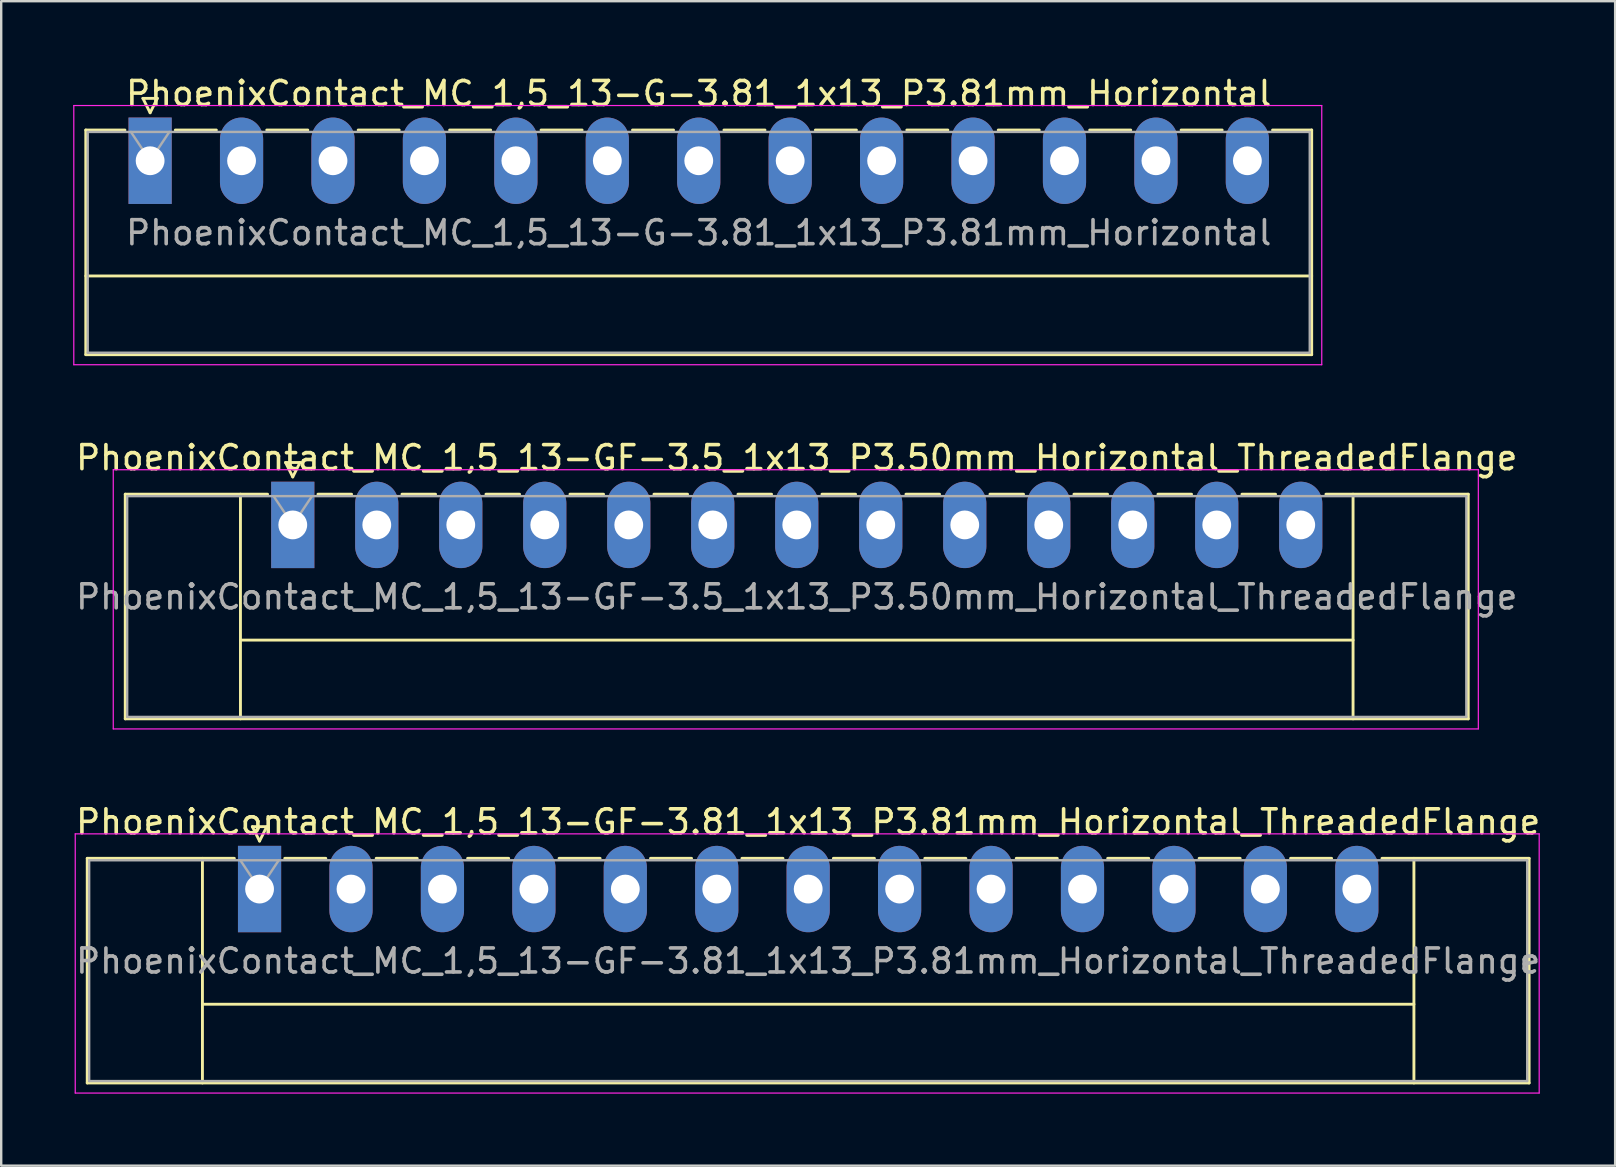
<source format=kicad_pcb>
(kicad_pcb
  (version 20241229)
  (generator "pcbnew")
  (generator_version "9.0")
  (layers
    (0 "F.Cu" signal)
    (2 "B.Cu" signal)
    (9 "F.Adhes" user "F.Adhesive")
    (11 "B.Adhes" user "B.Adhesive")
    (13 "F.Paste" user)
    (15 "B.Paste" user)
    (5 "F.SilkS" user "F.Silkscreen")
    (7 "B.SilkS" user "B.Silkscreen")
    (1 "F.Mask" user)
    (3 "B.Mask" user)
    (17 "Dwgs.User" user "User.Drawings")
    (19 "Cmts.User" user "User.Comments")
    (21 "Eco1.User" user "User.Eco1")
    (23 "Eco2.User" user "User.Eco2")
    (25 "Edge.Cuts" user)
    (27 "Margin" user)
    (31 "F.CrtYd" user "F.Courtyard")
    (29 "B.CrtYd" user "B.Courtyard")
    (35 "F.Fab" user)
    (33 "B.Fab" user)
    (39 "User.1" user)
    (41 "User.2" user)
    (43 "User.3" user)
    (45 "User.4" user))
  (footprint "PhoenixContact_MC_1,5_13-GF-3.5_1x13_P3.50mm_Horizontal_ThreadedFlange"
    (layer "F.Cu")
    (at 9.149 18.822)
    (property "Reference" "PhoenixContact_MC_1,5_13-GF-3.5_1x13_P3.50mm_Horizontal_ThreadedFlange" (at 21 -2.8 0) (layer "F.SilkS") (effects (font (size 1 1) (thickness 0.15))))
    (attr through_hole)
    (fp_line (start -6.98 -1.28) (end -6.98 8.08) (stroke (width 0.12) (type solid)) (layer "F.SilkS"))
    (fp_line (start -6.98 -1.28) (end -1.05 -1.28) (stroke (width 0.12) (type solid)) (layer "F.SilkS"))
    (fp_line (start -6.98 8.08) (end 48.98 8.08) (stroke (width 0.12) (type solid)) (layer "F.SilkS"))
    (fp_line (start -2.18 -1.28) (end -2.18 8.08) (stroke (width 0.12) (type solid)) (layer "F.SilkS"))
    (fp_line (start -2.18 4.8) (end 44.18 4.8) (stroke (width 0.12) (type solid)) (layer "F.SilkS"))
    (fp_line (start -0.3 -2.6) (end 0.3 -2.6) (stroke (width 0.12) (type solid)) (layer "F.SilkS"))
    (fp_line (start 0 -2) (end -0.3 -2.6) (stroke (width 0.12) (type solid)) (layer "F.SilkS"))
    (fp_line (start 0.3 -2.6) (end 0 -2) (stroke (width 0.12) (type solid)) (layer "F.SilkS"))
    (fp_line (start 1.05 -1.28) (end 2.45 -1.28) (stroke (width 0.12) (type solid)) (layer "F.SilkS"))
    (fp_line (start 4.55 -1.28) (end 5.95 -1.28) (stroke (width 0.12) (type solid)) (layer "F.SilkS"))
    (fp_line (start 8.05 -1.28) (end 9.45 -1.28) (stroke (width 0.12) (type solid)) (layer "F.SilkS"))
    (fp_line (start 11.55 -1.28) (end 12.95 -1.28) (stroke (width 0.12) (type solid)) (layer "F.SilkS"))
    (fp_line (start 15.05 -1.28) (end 16.45 -1.28) (stroke (width 0.12) (type solid)) (layer "F.SilkS"))
    (fp_line (start 18.55 -1.28) (end 19.95 -1.28) (stroke (width 0.12) (type solid)) (layer "F.SilkS"))
    (fp_line (start 22.05 -1.28) (end 23.45 -1.28) (stroke (width 0.12) (type solid)) (layer "F.SilkS"))
    (fp_line (start 25.55 -1.28) (end 26.95 -1.28) (stroke (width 0.12) (type solid)) (layer "F.SilkS"))
    (fp_line (start 29.05 -1.28) (end 30.45 -1.28) (stroke (width 0.12) (type solid)) (layer "F.SilkS"))
    (fp_line (start 32.55 -1.28) (end 33.95 -1.28) (stroke (width 0.12) (type solid)) (layer "F.SilkS"))
    (fp_line (start 36.05 -1.28) (end 37.45 -1.28) (stroke (width 0.12) (type solid)) (layer "F.SilkS"))
    (fp_line (start 39.55 -1.28) (end 40.95 -1.28) (stroke (width 0.12) (type solid)) (layer "F.SilkS"))
    (fp_line (start 44.18 -1.28) (end 44.18 8.08) (stroke (width 0.12) (type solid)) (layer "F.SilkS"))
    (fp_line (start 48.98 -1.28) (end 43.05 -1.28) (stroke (width 0.12) (type solid)) (layer "F.SilkS"))
    (fp_line (start 48.98 8.08) (end 48.98 -1.28) (stroke (width 0.12) (type solid)) (layer "F.SilkS"))
    (fp_line (start -7.48 -2.3) (end -7.48 8.5) (stroke (width 0.05) (type solid)) (layer "F.CrtYd"))
    (fp_line (start -7.48 8.5) (end 49.4 8.5) (stroke (width 0.05) (type solid)) (layer "F.CrtYd"))
    (fp_line (start 49.4 -2.3) (end -7.48 -2.3) (stroke (width 0.05) (type solid)) (layer "F.CrtYd"))
    (fp_line (start 49.4 8.5) (end 49.4 -2.3) (stroke (width 0.05) (type solid)) (layer "F.CrtYd"))
    (fp_line (start -6.9 -1.2) (end -6.9 8) (stroke (width 0.1) (type solid)) (layer "F.Fab"))
    (fp_line (start -6.9 8) (end 48.9 8) (stroke (width 0.1) (type solid)) (layer "F.Fab"))
    (fp_line (start 0 0) (end -0.8 -1.2) (stroke (width 0.1) (type solid)) (layer "F.Fab"))
    (fp_line (start 0.8 -1.2) (end 0 0) (stroke (width 0.1) (type solid)) (layer "F.Fab"))
    (fp_line (start 48.9 -1.2) (end -6.9 -1.2) (stroke (width 0.1) (type solid)) (layer "F.Fab"))
    (fp_line (start 48.9 8) (end 48.9 -1.2) (stroke (width 0.1) (type solid)) (layer "F.Fab"))
    (fp_text user "${REFERENCE}" (at 21 3 0) (layer "F.Fab") (effects (font (size 1 1) (thickness 0.15))))
    (pad "1" thru_hole rect (at 0 0) (size 1.8 3.6) (drill 1.2) (layers "*.Cu" "*.Mask"))
    (pad "2" thru_hole oval (at 3.5 0) (size 1.8 3.6) (drill 1.2) (layers "*.Cu" "*.Mask"))
    (pad "3" thru_hole oval (at 7 0) (size 1.8 3.6) (drill 1.2) (layers "*.Cu" "*.Mask"))
    (pad "4" thru_hole oval (at 10.5 0) (size 1.8 3.6) (drill 1.2) (layers "*.Cu" "*.Mask"))
    (pad "5" thru_hole oval (at 14 0) (size 1.8 3.6) (drill 1.2) (layers "*.Cu" "*.Mask"))
    (pad "6" thru_hole oval (at 17.5 0) (size 1.8 3.6) (drill 1.2) (layers "*.Cu" "*.Mask"))
    (pad "7" thru_hole oval (at 21 0) (size 1.8 3.6) (drill 1.2) (layers "*.Cu" "*.Mask"))
    (pad "8" thru_hole oval (at 24.5 0) (size 1.8 3.6) (drill 1.2) (layers "*.Cu" "*.Mask"))
    (pad "9" thru_hole oval (at 28 0) (size 1.8 3.6) (drill 1.2) (layers "*.Cu" "*.Mask"))
    (pad "10" thru_hole oval (at 31.5 0) (size 1.8 3.6) (drill 1.2) (layers "*.Cu" "*.Mask"))
    (pad "11" thru_hole oval (at 35 0) (size 1.8 3.6) (drill 1.2) (layers "*.Cu" "*.Mask"))
    (pad "12" thru_hole oval (at 38.5 0) (size 1.8 3.6) (drill 1.2) (layers "*.Cu" "*.Mask"))
    (pad "13" thru_hole oval (at 42 0) (size 1.8 3.6) (drill 1.2) (layers "*.Cu" "*.Mask")))
  (footprint "PhoenixContact_MC_1,5_13-G-3.81_1x13_P3.81mm_Horizontal"
    (layer "F.Cu")
    (at 3.205 3.648)
    (property "Reference" "PhoenixContact_MC_1,5_13-G-3.81_1x13_P3.81mm_Horizontal" (at 22.86 -2.8 0) (layer "F.SilkS") (effects (font (size 1 1) (thickness 0.15))))
    (attr through_hole)
    (fp_line (start -2.68 -1.28) (end -2.68 8.08) (stroke (width 0.12) (type solid)) (layer "F.SilkS"))
    (fp_line (start -2.68 -1.28) (end -1.05 -1.28) (stroke (width 0.12) (type solid)) (layer "F.SilkS"))
    (fp_line (start -2.68 4.8) (end 48.4 4.8) (stroke (width 0.12) (type solid)) (layer "F.SilkS"))
    (fp_line (start -2.68 8.08) (end 48.4 8.08) (stroke (width 0.12) (type solid)) (layer "F.SilkS"))
    (fp_line (start -0.3 -2.6) (end 0.3 -2.6) (stroke (width 0.12) (type solid)) (layer "F.SilkS"))
    (fp_line (start 0 -2) (end -0.3 -2.6) (stroke (width 0.12) (type solid)) (layer "F.SilkS"))
    (fp_line (start 0.3 -2.6) (end 0 -2) (stroke (width 0.12) (type solid)) (layer "F.SilkS"))
    (fp_line (start 1.05 -1.28) (end 2.76 -1.28) (stroke (width 0.12) (type solid)) (layer "F.SilkS"))
    (fp_line (start 4.86 -1.28) (end 6.57 -1.28) (stroke (width 0.12) (type solid)) (layer "F.SilkS"))
    (fp_line (start 8.67 -1.28) (end 10.38 -1.28) (stroke (width 0.12) (type solid)) (layer "F.SilkS"))
    (fp_line (start 12.48 -1.28) (end 14.19 -1.28) (stroke (width 0.12) (type solid)) (layer "F.SilkS"))
    (fp_line (start 16.29 -1.28) (end 18 -1.28) (stroke (width 0.12) (type solid)) (layer "F.SilkS"))
    (fp_line (start 20.1 -1.28) (end 21.81 -1.28) (stroke (width 0.12) (type solid)) (layer "F.SilkS"))
    (fp_line (start 23.91 -1.28) (end 25.62 -1.28) (stroke (width 0.12) (type solid)) (layer "F.SilkS"))
    (fp_line (start 27.72 -1.28) (end 29.43 -1.28) (stroke (width 0.12) (type solid)) (layer "F.SilkS"))
    (fp_line (start 31.53 -1.28) (end 33.24 -1.28) (stroke (width 0.12) (type solid)) (layer "F.SilkS"))
    (fp_line (start 35.34 -1.28) (end 37.05 -1.28) (stroke (width 0.12) (type solid)) (layer "F.SilkS"))
    (fp_line (start 39.15 -1.28) (end 40.86 -1.28) (stroke (width 0.12) (type solid)) (layer "F.SilkS"))
    (fp_line (start 42.96 -1.28) (end 44.67 -1.28) (stroke (width 0.12) (type solid)) (layer "F.SilkS"))
    (fp_line (start 48.4 -1.28) (end 46.77 -1.28) (stroke (width 0.12) (type solid)) (layer "F.SilkS"))
    (fp_line (start 48.4 8.08) (end 48.4 -1.28) (stroke (width 0.12) (type solid)) (layer "F.SilkS"))
    (fp_line (start -3.18 -2.3) (end -3.18 8.5) (stroke (width 0.05) (type solid)) (layer "F.CrtYd"))
    (fp_line (start -3.18 8.5) (end 48.82 8.5) (stroke (width 0.05) (type solid)) (layer "F.CrtYd"))
    (fp_line (start 48.82 -2.3) (end -3.18 -2.3) (stroke (width 0.05) (type solid)) (layer "F.CrtYd"))
    (fp_line (start 48.82 8.5) (end 48.82 -2.3) (stroke (width 0.05) (type solid)) (layer "F.CrtYd"))
    (fp_line (start -2.6 -1.2) (end -2.6 8) (stroke (width 0.1) (type solid)) (layer "F.Fab"))
    (fp_line (start -2.6 8) (end 48.32 8) (stroke (width 0.1) (type solid)) (layer "F.Fab"))
    (fp_line (start 0 0) (end -0.8 -1.2) (stroke (width 0.1) (type solid)) (layer "F.Fab"))
    (fp_line (start 0.8 -1.2) (end 0 0) (stroke (width 0.1) (type solid)) (layer "F.Fab"))
    (fp_line (start 48.32 -1.2) (end -2.6 -1.2) (stroke (width 0.1) (type solid)) (layer "F.Fab"))
    (fp_line (start 48.32 8) (end 48.32 -1.2) (stroke (width 0.1) (type solid)) (layer "F.Fab"))
    (fp_text user "${REFERENCE}" (at 22.86 3 0) (layer "F.Fab") (effects (font (size 1 1) (thickness 0.15))))
    (pad "1" thru_hole rect (at 0 0) (size 1.8 3.6) (drill 1.2) (layers "*.Cu" "*.Mask"))
    (pad "2" thru_hole oval (at 3.81 0) (size 1.8 3.6) (drill 1.2) (layers "*.Cu" "*.Mask"))
    (pad "3" thru_hole oval (at 7.62 0) (size 1.8 3.6) (drill 1.2) (layers "*.Cu" "*.Mask"))
    (pad "4" thru_hole oval (at 11.43 0) (size 1.8 3.6) (drill 1.2) (layers "*.Cu" "*.Mask"))
    (pad "5" thru_hole oval (at 15.24 0) (size 1.8 3.6) (drill 1.2) (layers "*.Cu" "*.Mask"))
    (pad "6" thru_hole oval (at 19.05 0) (size 1.8 3.6) (drill 1.2) (layers "*.Cu" "*.Mask"))
    (pad "7" thru_hole oval (at 22.86 0) (size 1.8 3.6) (drill 1.2) (layers "*.Cu" "*.Mask"))
    (pad "8" thru_hole oval (at 26.67 0) (size 1.8 3.6) (drill 1.2) (layers "*.Cu" "*.Mask"))
    (pad "9" thru_hole oval (at 30.48 0) (size 1.8 3.6) (drill 1.2) (layers "*.Cu" "*.Mask"))
    (pad "10" thru_hole oval (at 34.29 0) (size 1.8 3.6) (drill 1.2) (layers "*.Cu" "*.Mask"))
    (pad "11" thru_hole oval (at 38.1 0) (size 1.8 3.6) (drill 1.2) (layers "*.Cu" "*.Mask"))
    (pad "12" thru_hole oval (at 41.91 0) (size 1.8 3.6) (drill 1.2) (layers "*.Cu" "*.Mask"))
    (pad "13" thru_hole oval (at 45.72 0) (size 1.8 3.6) (drill 1.2) (layers "*.Cu" "*.Mask")))
  (footprint "PhoenixContact_MC_1,5_13-GF-3.81_1x13_P3.81mm_Horizontal_ThreadedFlange"
    (layer "F.Cu")
    (at 7.765 33.995)
    (property "Reference" "PhoenixContact_MC_1,5_13-GF-3.81_1x13_P3.81mm_Horizontal_ThreadedFlange" (at 22.86 -2.8 0) (layer "F.SilkS") (effects (font (size 1 1) (thickness 0.15))))
    (attr through_hole)
    (fp_line (start -7.18 -1.28) (end -7.18 8.08) (stroke (width 0.12) (type solid)) (layer "F.SilkS"))
    (fp_line (start -7.18 -1.28) (end -1.05 -1.28) (stroke (width 0.12) (type solid)) (layer "F.SilkS"))
    (fp_line (start -7.18 8.08) (end 52.9 8.08) (stroke (width 0.12) (type solid)) (layer "F.SilkS"))
    (fp_line (start -2.38 -1.28) (end -2.38 8.08) (stroke (width 0.12) (type solid)) (layer "F.SilkS"))
    (fp_line (start -2.38 4.8) (end 48.1 4.8) (stroke (width 0.12) (type solid)) (layer "F.SilkS"))
    (fp_line (start -0.3 -2.6) (end 0.3 -2.6) (stroke (width 0.12) (type solid)) (layer "F.SilkS"))
    (fp_line (start 0 -2) (end -0.3 -2.6) (stroke (width 0.12) (type solid)) (layer "F.SilkS"))
    (fp_line (start 0.3 -2.6) (end 0 -2) (stroke (width 0.12) (type solid)) (layer "F.SilkS"))
    (fp_line (start 1.05 -1.28) (end 2.76 -1.28) (stroke (width 0.12) (type solid)) (layer "F.SilkS"))
    (fp_line (start 4.86 -1.28) (end 6.57 -1.28) (stroke (width 0.12) (type solid)) (layer "F.SilkS"))
    (fp_line (start 8.67 -1.28) (end 10.38 -1.28) (stroke (width 0.12) (type solid)) (layer "F.SilkS"))
    (fp_line (start 12.48 -1.28) (end 14.19 -1.28) (stroke (width 0.12) (type solid)) (layer "F.SilkS"))
    (fp_line (start 16.29 -1.28) (end 18 -1.28) (stroke (width 0.12) (type solid)) (layer "F.SilkS"))
    (fp_line (start 20.1 -1.28) (end 21.81 -1.28) (stroke (width 0.12) (type solid)) (layer "F.SilkS"))
    (fp_line (start 23.91 -1.28) (end 25.62 -1.28) (stroke (width 0.12) (type solid)) (layer "F.SilkS"))
    (fp_line (start 27.72 -1.28) (end 29.43 -1.28) (stroke (width 0.12) (type solid)) (layer "F.SilkS"))
    (fp_line (start 31.53 -1.28) (end 33.24 -1.28) (stroke (width 0.12) (type solid)) (layer "F.SilkS"))
    (fp_line (start 35.34 -1.28) (end 37.05 -1.28) (stroke (width 0.12) (type solid)) (layer "F.SilkS"))
    (fp_line (start 39.15 -1.28) (end 40.86 -1.28) (stroke (width 0.12) (type solid)) (layer "F.SilkS"))
    (fp_line (start 42.96 -1.28) (end 44.67 -1.28) (stroke (width 0.12) (type solid)) (layer "F.SilkS"))
    (fp_line (start 48.1 -1.28) (end 48.1 8.08) (stroke (width 0.12) (type solid)) (layer "F.SilkS"))
    (fp_line (start 52.9 -1.28) (end 46.77 -1.28) (stroke (width 0.12) (type solid)) (layer "F.SilkS"))
    (fp_line (start 52.9 8.08) (end 52.9 -1.28) (stroke (width 0.12) (type solid)) (layer "F.SilkS"))
    (fp_line (start -7.68 -2.3) (end -7.68 8.5) (stroke (width 0.05) (type solid)) (layer "F.CrtYd"))
    (fp_line (start -7.68 8.5) (end 53.32 8.5) (stroke (width 0.05) (type solid)) (layer "F.CrtYd"))
    (fp_line (start 53.32 -2.3) (end -7.68 -2.3) (stroke (width 0.05) (type solid)) (layer "F.CrtYd"))
    (fp_line (start 53.32 8.5) (end 53.32 -2.3) (stroke (width 0.05) (type solid)) (layer "F.CrtYd"))
    (fp_line (start -7.1 -1.2) (end -7.1 8) (stroke (width 0.1) (type solid)) (layer "F.Fab"))
    (fp_line (start -7.1 8) (end 52.82 8) (stroke (width 0.1) (type solid)) (layer "F.Fab"))
    (fp_line (start 0 0) (end -0.8 -1.2) (stroke (width 0.1) (type solid)) (layer "F.Fab"))
    (fp_line (start 0.8 -1.2) (end 0 0) (stroke (width 0.1) (type solid)) (layer "F.Fab"))
    (fp_line (start 52.82 -1.2) (end -7.1 -1.2) (stroke (width 0.1) (type solid)) (layer "F.Fab"))
    (fp_line (start 52.82 8) (end 52.82 -1.2) (stroke (width 0.1) (type solid)) (layer "F.Fab"))
    (fp_text user "${REFERENCE}" (at 22.86 3 0) (layer "F.Fab") (effects (font (size 1 1) (thickness 0.15))))
    (pad "1" thru_hole rect (at 0 0) (size 1.8 3.6) (drill 1.2) (layers "*.Cu" "*.Mask"))
    (pad "2" thru_hole oval (at 3.81 0) (size 1.8 3.6) (drill 1.2) (layers "*.Cu" "*.Mask"))
    (pad "3" thru_hole oval (at 7.62 0) (size 1.8 3.6) (drill 1.2) (layers "*.Cu" "*.Mask"))
    (pad "4" thru_hole oval (at 11.43 0) (size 1.8 3.6) (drill 1.2) (layers "*.Cu" "*.Mask"))
    (pad "5" thru_hole oval (at 15.24 0) (size 1.8 3.6) (drill 1.2) (layers "*.Cu" "*.Mask"))
    (pad "6" thru_hole oval (at 19.05 0) (size 1.8 3.6) (drill 1.2) (layers "*.Cu" "*.Mask"))
    (pad "7" thru_hole oval (at 22.86 0) (size 1.8 3.6) (drill 1.2) (layers "*.Cu" "*.Mask"))
    (pad "8" thru_hole oval (at 26.67 0) (size 1.8 3.6) (drill 1.2) (layers "*.Cu" "*.Mask"))
    (pad "9" thru_hole oval (at 30.48 0) (size 1.8 3.6) (drill 1.2) (layers "*.Cu" "*.Mask"))
    (pad "10" thru_hole oval (at 34.29 0) (size 1.8 3.6) (drill 1.2) (layers "*.Cu" "*.Mask"))
    (pad "11" thru_hole oval (at 38.1 0) (size 1.8 3.6) (drill 1.2) (layers "*.Cu" "*.Mask"))
    (pad "12" thru_hole oval (at 41.91 0) (size 1.8 3.6) (drill 1.2) (layers "*.Cu" "*.Mask"))
    (pad "13" thru_hole oval (at 45.72 0) (size 1.8 3.6) (drill 1.2) (layers "*.Cu" "*.Mask")))
  (gr_rect
    (start -3 -3)
    (end 64.25 45.52)
    (stroke (width 0.1) (type default))
    (fill no)
    (layer "Edge.Cuts")))
</source>
